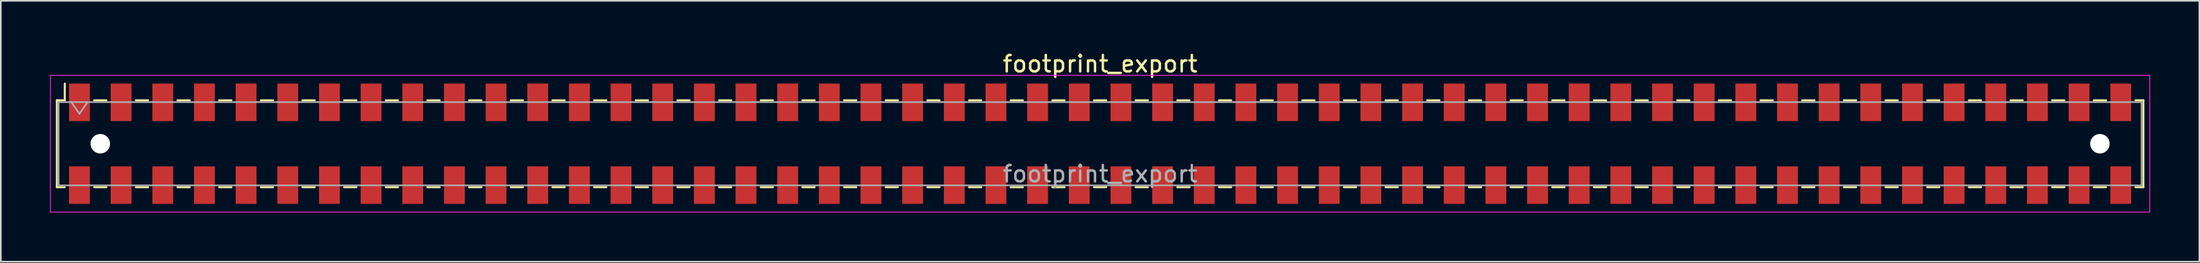
<source format=kicad_pcb>
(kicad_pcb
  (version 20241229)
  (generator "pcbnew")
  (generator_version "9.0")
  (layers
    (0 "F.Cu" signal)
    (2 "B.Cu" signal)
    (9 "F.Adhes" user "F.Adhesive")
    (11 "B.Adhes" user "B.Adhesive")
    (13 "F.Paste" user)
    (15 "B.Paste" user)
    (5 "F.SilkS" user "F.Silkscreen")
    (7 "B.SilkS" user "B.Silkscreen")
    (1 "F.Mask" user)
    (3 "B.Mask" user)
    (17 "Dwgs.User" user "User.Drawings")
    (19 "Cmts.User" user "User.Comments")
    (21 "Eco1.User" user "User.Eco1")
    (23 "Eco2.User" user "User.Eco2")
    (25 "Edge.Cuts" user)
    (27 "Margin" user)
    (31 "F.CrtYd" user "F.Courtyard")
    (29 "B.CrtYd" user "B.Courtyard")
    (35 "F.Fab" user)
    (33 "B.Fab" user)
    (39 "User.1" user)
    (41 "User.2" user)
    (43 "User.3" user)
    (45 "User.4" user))
  (footprint "footprint_export"
    (layer "F.Cu")
    (at 64.025 5.718)
    (property "Reference" "footprint_export" (at 0 -4.87 0) (layer "F.SilkS") (effects (font (size 1 1) (thickness 0.15))))
    (attr smd)
    (fp_line (start -63.61 -2.65) (end -63.61 2.65) (stroke (width 0.12) (type solid)) (layer "F.SilkS"))
    (fp_line (start -63.61 2.65) (end -63.125 2.65) (stroke (width 0.12) (type solid)) (layer "F.SilkS"))
    (fp_line (start -63.125 -3.67) (end -63.125 -2.65) (stroke (width 0.12) (type solid)) (layer "F.SilkS"))
    (fp_line (start -63.125 -2.65) (end -63.61 -2.65) (stroke (width 0.12) (type solid)) (layer "F.SilkS"))
    (fp_line (start -61.335 -2.65) (end -60.585 -2.65) (stroke (width 0.12) (type solid)) (layer "F.SilkS"))
    (fp_line (start -61.335 2.65) (end -60.585 2.65) (stroke (width 0.12) (type solid)) (layer "F.SilkS"))
    (fp_line (start -58.795 -2.65) (end -58.045 -2.65) (stroke (width 0.12) (type solid)) (layer "F.SilkS"))
    (fp_line (start -58.795 2.65) (end -58.045 2.65) (stroke (width 0.12) (type solid)) (layer "F.SilkS"))
    (fp_line (start -56.255 -2.65) (end -55.505 -2.65) (stroke (width 0.12) (type solid)) (layer "F.SilkS"))
    (fp_line (start -56.255 2.65) (end -55.505 2.65) (stroke (width 0.12) (type solid)) (layer "F.SilkS"))
    (fp_line (start -53.715 -2.65) (end -52.965 -2.65) (stroke (width 0.12) (type solid)) (layer "F.SilkS"))
    (fp_line (start -53.715 2.65) (end -52.965 2.65) (stroke (width 0.12) (type solid)) (layer "F.SilkS"))
    (fp_line (start -51.175 -2.65) (end -50.425 -2.65) (stroke (width 0.12) (type solid)) (layer "F.SilkS"))
    (fp_line (start -51.175 2.65) (end -50.425 2.65) (stroke (width 0.12) (type solid)) (layer "F.SilkS"))
    (fp_line (start -48.635 -2.65) (end -47.885 -2.65) (stroke (width 0.12) (type solid)) (layer "F.SilkS"))
    (fp_line (start -48.635 2.65) (end -47.885 2.65) (stroke (width 0.12) (type solid)) (layer "F.SilkS"))
    (fp_line (start -46.095 -2.65) (end -45.345 -2.65) (stroke (width 0.12) (type solid)) (layer "F.SilkS"))
    (fp_line (start -46.095 2.65) (end -45.345 2.65) (stroke (width 0.12) (type solid)) (layer "F.SilkS"))
    (fp_line (start -43.555 -2.65) (end -42.805 -2.65) (stroke (width 0.12) (type solid)) (layer "F.SilkS"))
    (fp_line (start -43.555 2.65) (end -42.805 2.65) (stroke (width 0.12) (type solid)) (layer "F.SilkS"))
    (fp_line (start -41.015 -2.65) (end -40.265 -2.65) (stroke (width 0.12) (type solid)) (layer "F.SilkS"))
    (fp_line (start -41.015 2.65) (end -40.265 2.65) (stroke (width 0.12) (type solid)) (layer "F.SilkS"))
    (fp_line (start -38.475 -2.65) (end -37.725 -2.65) (stroke (width 0.12) (type solid)) (layer "F.SilkS"))
    (fp_line (start -38.475 2.65) (end -37.725 2.65) (stroke (width 0.12) (type solid)) (layer "F.SilkS"))
    (fp_line (start -35.935 -2.65) (end -35.185 -2.65) (stroke (width 0.12) (type solid)) (layer "F.SilkS"))
    (fp_line (start -35.935 2.65) (end -35.185 2.65) (stroke (width 0.12) (type solid)) (layer "F.SilkS"))
    (fp_line (start -33.395 -2.65) (end -32.645 -2.65) (stroke (width 0.12) (type solid)) (layer "F.SilkS"))
    (fp_line (start -33.395 2.65) (end -32.645 2.65) (stroke (width 0.12) (type solid)) (layer "F.SilkS"))
    (fp_line (start -30.855 -2.65) (end -30.105 -2.65) (stroke (width 0.12) (type solid)) (layer "F.SilkS"))
    (fp_line (start -30.855 2.65) (end -30.105 2.65) (stroke (width 0.12) (type solid)) (layer "F.SilkS"))
    (fp_line (start -28.315 -2.65) (end -27.565 -2.65) (stroke (width 0.12) (type solid)) (layer "F.SilkS"))
    (fp_line (start -28.315 2.65) (end -27.565 2.65) (stroke (width 0.12) (type solid)) (layer "F.SilkS"))
    (fp_line (start -25.775 -2.65) (end -25.025 -2.65) (stroke (width 0.12) (type solid)) (layer "F.SilkS"))
    (fp_line (start -25.775 2.65) (end -25.025 2.65) (stroke (width 0.12) (type solid)) (layer "F.SilkS"))
    (fp_line (start -23.235 -2.65) (end -22.485 -2.65) (stroke (width 0.12) (type solid)) (layer "F.SilkS"))
    (fp_line (start -23.235 2.65) (end -22.485 2.65) (stroke (width 0.12) (type solid)) (layer "F.SilkS"))
    (fp_line (start -20.695 -2.65) (end -19.945 -2.65) (stroke (width 0.12) (type solid)) (layer "F.SilkS"))
    (fp_line (start -20.695 2.65) (end -19.945 2.65) (stroke (width 0.12) (type solid)) (layer "F.SilkS"))
    (fp_line (start -18.155 -2.65) (end -17.405 -2.65) (stroke (width 0.12) (type solid)) (layer "F.SilkS"))
    (fp_line (start -18.155 2.65) (end -17.405 2.65) (stroke (width 0.12) (type solid)) (layer "F.SilkS"))
    (fp_line (start -15.615 -2.65) (end -14.865 -2.65) (stroke (width 0.12) (type solid)) (layer "F.SilkS"))
    (fp_line (start -15.615 2.65) (end -14.865 2.65) (stroke (width 0.12) (type solid)) (layer "F.SilkS"))
    (fp_line (start -13.075 -2.65) (end -12.325 -2.65) (stroke (width 0.12) (type solid)) (layer "F.SilkS"))
    (fp_line (start -13.075 2.65) (end -12.325 2.65) (stroke (width 0.12) (type solid)) (layer "F.SilkS"))
    (fp_line (start -10.535 -2.65) (end -9.785 -2.65) (stroke (width 0.12) (type solid)) (layer "F.SilkS"))
    (fp_line (start -10.535 2.65) (end -9.785 2.65) (stroke (width 0.12) (type solid)) (layer "F.SilkS"))
    (fp_line (start -7.995 -2.65) (end -7.245 -2.65) (stroke (width 0.12) (type solid)) (layer "F.SilkS"))
    (fp_line (start -7.995 2.65) (end -7.245 2.65) (stroke (width 0.12) (type solid)) (layer "F.SilkS"))
    (fp_line (start -5.455 -2.65) (end -4.705 -2.65) (stroke (width 0.12) (type solid)) (layer "F.SilkS"))
    (fp_line (start -5.455 2.65) (end -4.705 2.65) (stroke (width 0.12) (type solid)) (layer "F.SilkS"))
    (fp_line (start -2.915 -2.65) (end -2.165 -2.65) (stroke (width 0.12) (type solid)) (layer "F.SilkS"))
    (fp_line (start -2.915 2.65) (end -2.165 2.65) (stroke (width 0.12) (type solid)) (layer "F.SilkS"))
    (fp_line (start -0.375 -2.65) (end 0.375 -2.65) (stroke (width 0.12) (type solid)) (layer "F.SilkS"))
    (fp_line (start -0.375 2.65) (end 0.375 2.65) (stroke (width 0.12) (type solid)) (layer "F.SilkS"))
    (fp_line (start 2.165 -2.65) (end 2.915 -2.65) (stroke (width 0.12) (type solid)) (layer "F.SilkS"))
    (fp_line (start 2.165 2.65) (end 2.915 2.65) (stroke (width 0.12) (type solid)) (layer "F.SilkS"))
    (fp_line (start 4.705 -2.65) (end 5.455 -2.65) (stroke (width 0.12) (type solid)) (layer "F.SilkS"))
    (fp_line (start 4.705 2.65) (end 5.455 2.65) (stroke (width 0.12) (type solid)) (layer "F.SilkS"))
    (fp_line (start 7.245 -2.65) (end 7.995 -2.65) (stroke (width 0.12) (type solid)) (layer "F.SilkS"))
    (fp_line (start 7.245 2.65) (end 7.995 2.65) (stroke (width 0.12) (type solid)) (layer "F.SilkS"))
    (fp_line (start 9.785 -2.65) (end 10.535 -2.65) (stroke (width 0.12) (type solid)) (layer "F.SilkS"))
    (fp_line (start 9.785 2.65) (end 10.535 2.65) (stroke (width 0.12) (type solid)) (layer "F.SilkS"))
    (fp_line (start 12.325 -2.65) (end 13.075 -2.65) (stroke (width 0.12) (type solid)) (layer "F.SilkS"))
    (fp_line (start 12.325 2.65) (end 13.075 2.65) (stroke (width 0.12) (type solid)) (layer "F.SilkS"))
    (fp_line (start 14.865 -2.65) (end 15.615 -2.65) (stroke (width 0.12) (type solid)) (layer "F.SilkS"))
    (fp_line (start 14.865 2.65) (end 15.615 2.65) (stroke (width 0.12) (type solid)) (layer "F.SilkS"))
    (fp_line (start 17.405 -2.65) (end 18.155 -2.65) (stroke (width 0.12) (type solid)) (layer "F.SilkS"))
    (fp_line (start 17.405 2.65) (end 18.155 2.65) (stroke (width 0.12) (type solid)) (layer "F.SilkS"))
    (fp_line (start 19.945 -2.65) (end 20.695 -2.65) (stroke (width 0.12) (type solid)) (layer "F.SilkS"))
    (fp_line (start 19.945 2.65) (end 20.695 2.65) (stroke (width 0.12) (type solid)) (layer "F.SilkS"))
    (fp_line (start 22.485 -2.65) (end 23.235 -2.65) (stroke (width 0.12) (type solid)) (layer "F.SilkS"))
    (fp_line (start 22.485 2.65) (end 23.235 2.65) (stroke (width 0.12) (type solid)) (layer "F.SilkS"))
    (fp_line (start 25.025 -2.65) (end 25.775 -2.65) (stroke (width 0.12) (type solid)) (layer "F.SilkS"))
    (fp_line (start 25.025 2.65) (end 25.775 2.65) (stroke (width 0.12) (type solid)) (layer "F.SilkS"))
    (fp_line (start 27.565 -2.65) (end 28.315 -2.65) (stroke (width 0.12) (type solid)) (layer "F.SilkS"))
    (fp_line (start 27.565 2.65) (end 28.315 2.65) (stroke (width 0.12) (type solid)) (layer "F.SilkS"))
    (fp_line (start 30.105 -2.65) (end 30.855 -2.65) (stroke (width 0.12) (type solid)) (layer "F.SilkS"))
    (fp_line (start 30.105 2.65) (end 30.855 2.65) (stroke (width 0.12) (type solid)) (layer "F.SilkS"))
    (fp_line (start 32.645 -2.65) (end 33.395 -2.65) (stroke (width 0.12) (type solid)) (layer "F.SilkS"))
    (fp_line (start 32.645 2.65) (end 33.395 2.65) (stroke (width 0.12) (type solid)) (layer "F.SilkS"))
    (fp_line (start 35.185 -2.65) (end 35.935 -2.65) (stroke (width 0.12) (type solid)) (layer "F.SilkS"))
    (fp_line (start 35.185 2.65) (end 35.935 2.65) (stroke (width 0.12) (type solid)) (layer "F.SilkS"))
    (fp_line (start 37.725 -2.65) (end 38.475 -2.65) (stroke (width 0.12) (type solid)) (layer "F.SilkS"))
    (fp_line (start 37.725 2.65) (end 38.475 2.65) (stroke (width 0.12) (type solid)) (layer "F.SilkS"))
    (fp_line (start 40.265 -2.65) (end 41.015 -2.65) (stroke (width 0.12) (type solid)) (layer "F.SilkS"))
    (fp_line (start 40.265 2.65) (end 41.015 2.65) (stroke (width 0.12) (type solid)) (layer "F.SilkS"))
    (fp_line (start 42.805 -2.65) (end 43.555 -2.65) (stroke (width 0.12) (type solid)) (layer "F.SilkS"))
    (fp_line (start 42.805 2.65) (end 43.555 2.65) (stroke (width 0.12) (type solid)) (layer "F.SilkS"))
    (fp_line (start 45.345 -2.65) (end 46.095 -2.65) (stroke (width 0.12) (type solid)) (layer "F.SilkS"))
    (fp_line (start 45.345 2.65) (end 46.095 2.65) (stroke (width 0.12) (type solid)) (layer "F.SilkS"))
    (fp_line (start 47.885 -2.65) (end 48.635 -2.65) (stroke (width 0.12) (type solid)) (layer "F.SilkS"))
    (fp_line (start 47.885 2.65) (end 48.635 2.65) (stroke (width 0.12) (type solid)) (layer "F.SilkS"))
    (fp_line (start 50.425 -2.65) (end 51.175 -2.65) (stroke (width 0.12) (type solid)) (layer "F.SilkS"))
    (fp_line (start 50.425 2.65) (end 51.175 2.65) (stroke (width 0.12) (type solid)) (layer "F.SilkS"))
    (fp_line (start 52.965 -2.65) (end 53.715 -2.65) (stroke (width 0.12) (type solid)) (layer "F.SilkS"))
    (fp_line (start 52.965 2.65) (end 53.715 2.65) (stroke (width 0.12) (type solid)) (layer "F.SilkS"))
    (fp_line (start 55.505 -2.65) (end 56.255 -2.65) (stroke (width 0.12) (type solid)) (layer "F.SilkS"))
    (fp_line (start 55.505 2.65) (end 56.255 2.65) (stroke (width 0.12) (type solid)) (layer "F.SilkS"))
    (fp_line (start 58.045 -2.65) (end 58.795 -2.65) (stroke (width 0.12) (type solid)) (layer "F.SilkS"))
    (fp_line (start 58.045 2.65) (end 58.795 2.65) (stroke (width 0.12) (type solid)) (layer "F.SilkS"))
    (fp_line (start 60.585 -2.65) (end 61.335 -2.65) (stroke (width 0.12) (type solid)) (layer "F.SilkS"))
    (fp_line (start 60.585 2.65) (end 61.335 2.65) (stroke (width 0.12) (type solid)) (layer "F.SilkS"))
    (fp_line (start 63.125 -2.65) (end 63.61 -2.65) (stroke (width 0.12) (type solid)) (layer "F.SilkS"))
    (fp_line (start 63.61 -2.65) (end 63.61 2.65) (stroke (width 0.12) (type solid)) (layer "F.SilkS"))
    (fp_line (start 63.61 2.65) (end 63.125 2.65) (stroke (width 0.12) (type solid)) (layer "F.SilkS"))
    (fp_line (start -64 -4.17) (end 64 -4.17) (stroke (width 0.05) (type solid)) (layer "F.CrtYd"))
    (fp_line (start -64 4.17) (end -64 -4.17) (stroke (width 0.05) (type solid)) (layer "F.CrtYd"))
    (fp_line (start 64 -4.17) (end 64 4.17) (stroke (width 0.05) (type solid)) (layer "F.CrtYd"))
    (fp_line (start 64 4.17) (end -64 4.17) (stroke (width 0.05) (type solid)) (layer "F.CrtYd"))
    (fp_line (start -63.5 -2.54) (end 63.5 -2.54) (stroke (width 0.1) (type solid)) (layer "F.Fab"))
    (fp_line (start -63.5 2.54) (end -63.5 -2.54) (stroke (width 0.1) (type solid)) (layer "F.Fab"))
    (fp_line (start -62.73 -2.54) (end -62.23 -1.833) (stroke (width 0.1) (type solid)) (layer "F.Fab"))
    (fp_line (start -62.23 -1.833) (end -61.73 -2.54) (stroke (width 0.1) (type solid)) (layer "F.Fab"))
    (fp_line (start 63.5 -2.54) (end 63.5 2.54) (stroke (width 0.1) (type solid)) (layer "F.Fab"))
    (fp_line (start 63.5 2.54) (end -63.5 2.54) (stroke (width 0.1) (type solid)) (layer "F.Fab"))
    (fp_text user "${REFERENCE}" (at 0 1.84 0) (layer "F.Fab") (effects (font (size 1 1) (thickness 0.15))))
    (pad "" np_thru_hole circle (at -60.96 0) (size 1.19 1.19) (drill 1.19) (layers "*.Cu" "*.Mask"))
    (pad "" np_thru_hole circle (at 60.96 0) (size 1.19 1.19) (drill 1.19) (layers "*.Cu" "*.Mask"))
    (pad "1" smd rect (at -62.23 -2.525) (size 1.27 2.29) (layers "F.Cu" "F.Mask" "F.Paste"))
    (pad "2" smd rect (at -62.23 2.525) (size 1.27 2.29) (layers "F.Cu" "F.Mask" "F.Paste"))
    (pad "3" smd rect (at -59.69 -2.525) (size 1.27 2.29) (layers "F.Cu" "F.Mask" "F.Paste"))
    (pad "4" smd rect (at -59.69 2.525) (size 1.27 2.29) (layers "F.Cu" "F.Mask" "F.Paste"))
    (pad "5" smd rect (at -57.15 -2.525) (size 1.27 2.29) (layers "F.Cu" "F.Mask" "F.Paste"))
    (pad "6" smd rect (at -57.15 2.525) (size 1.27 2.29) (layers "F.Cu" "F.Mask" "F.Paste"))
    (pad "7" smd rect (at -54.61 -2.525) (size 1.27 2.29) (layers "F.Cu" "F.Mask" "F.Paste"))
    (pad "8" smd rect (at -54.61 2.525) (size 1.27 2.29) (layers "F.Cu" "F.Mask" "F.Paste"))
    (pad "9" smd rect (at -52.07 -2.525) (size 1.27 2.29) (layers "F.Cu" "F.Mask" "F.Paste"))
    (pad "10" smd rect (at -52.07 2.525) (size 1.27 2.29) (layers "F.Cu" "F.Mask" "F.Paste"))
    (pad "11" smd rect (at -49.53 -2.525) (size 1.27 2.29) (layers "F.Cu" "F.Mask" "F.Paste"))
    (pad "12" smd rect (at -49.53 2.525) (size 1.27 2.29) (layers "F.Cu" "F.Mask" "F.Paste"))
    (pad "13" smd rect (at -46.99 -2.525) (size 1.27 2.29) (layers "F.Cu" "F.Mask" "F.Paste"))
    (pad "14" smd rect (at -46.99 2.525) (size 1.27 2.29) (layers "F.Cu" "F.Mask" "F.Paste"))
    (pad "15" smd rect (at -44.45 -2.525) (size 1.27 2.29) (layers "F.Cu" "F.Mask" "F.Paste"))
    (pad "16" smd rect (at -44.45 2.525) (size 1.27 2.29) (layers "F.Cu" "F.Mask" "F.Paste"))
    (pad "17" smd rect (at -41.91 -2.525) (size 1.27 2.29) (layers "F.Cu" "F.Mask" "F.Paste"))
    (pad "18" smd rect (at -41.91 2.525) (size 1.27 2.29) (layers "F.Cu" "F.Mask" "F.Paste"))
    (pad "19" smd rect (at -39.37 -2.525) (size 1.27 2.29) (layers "F.Cu" "F.Mask" "F.Paste"))
    (pad "20" smd rect (at -39.37 2.525) (size 1.27 2.29) (layers "F.Cu" "F.Mask" "F.Paste"))
    (pad "21" smd rect (at -36.83 -2.525) (size 1.27 2.29) (layers "F.Cu" "F.Mask" "F.Paste"))
    (pad "22" smd rect (at -36.83 2.525) (size 1.27 2.29) (layers "F.Cu" "F.Mask" "F.Paste"))
    (pad "23" smd rect (at -34.29 -2.525) (size 1.27 2.29) (layers "F.Cu" "F.Mask" "F.Paste"))
    (pad "24" smd rect (at -34.29 2.525) (size 1.27 2.29) (layers "F.Cu" "F.Mask" "F.Paste"))
    (pad "25" smd rect (at -31.75 -2.525) (size 1.27 2.29) (layers "F.Cu" "F.Mask" "F.Paste"))
    (pad "26" smd rect (at -31.75 2.525) (size 1.27 2.29) (layers "F.Cu" "F.Mask" "F.Paste"))
    (pad "27" smd rect (at -29.21 -2.525) (size 1.27 2.29) (layers "F.Cu" "F.Mask" "F.Paste"))
    (pad "28" smd rect (at -29.21 2.525) (size 1.27 2.29) (layers "F.Cu" "F.Mask" "F.Paste"))
    (pad "29" smd rect (at -26.67 -2.525) (size 1.27 2.29) (layers "F.Cu" "F.Mask" "F.Paste"))
    (pad "30" smd rect (at -26.67 2.525) (size 1.27 2.29) (layers "F.Cu" "F.Mask" "F.Paste"))
    (pad "31" smd rect (at -24.13 -2.525) (size 1.27 2.29) (layers "F.Cu" "F.Mask" "F.Paste"))
    (pad "32" smd rect (at -24.13 2.525) (size 1.27 2.29) (layers "F.Cu" "F.Mask" "F.Paste"))
    (pad "33" smd rect (at -21.59 -2.525) (size 1.27 2.29) (layers "F.Cu" "F.Mask" "F.Paste"))
    (pad "34" smd rect (at -21.59 2.525) (size 1.27 2.29) (layers "F.Cu" "F.Mask" "F.Paste"))
    (pad "35" smd rect (at -19.05 -2.525) (size 1.27 2.29) (layers "F.Cu" "F.Mask" "F.Paste"))
    (pad "36" smd rect (at -19.05 2.525) (size 1.27 2.29) (layers "F.Cu" "F.Mask" "F.Paste"))
    (pad "37" smd rect (at -16.51 -2.525) (size 1.27 2.29) (layers "F.Cu" "F.Mask" "F.Paste"))
    (pad "38" smd rect (at -16.51 2.525) (size 1.27 2.29) (layers "F.Cu" "F.Mask" "F.Paste"))
    (pad "39" smd rect (at -13.97 -2.525) (size 1.27 2.29) (layers "F.Cu" "F.Mask" "F.Paste"))
    (pad "40" smd rect (at -13.97 2.525) (size 1.27 2.29) (layers "F.Cu" "F.Mask" "F.Paste"))
    (pad "41" smd rect (at -11.43 -2.525) (size 1.27 2.29) (layers "F.Cu" "F.Mask" "F.Paste"))
    (pad "42" smd rect (at -11.43 2.525) (size 1.27 2.29) (layers "F.Cu" "F.Mask" "F.Paste"))
    (pad "43" smd rect (at -8.89 -2.525) (size 1.27 2.29) (layers "F.Cu" "F.Mask" "F.Paste"))
    (pad "44" smd rect (at -8.89 2.525) (size 1.27 2.29) (layers "F.Cu" "F.Mask" "F.Paste"))
    (pad "45" smd rect (at -6.35 -2.525) (size 1.27 2.29) (layers "F.Cu" "F.Mask" "F.Paste"))
    (pad "46" smd rect (at -6.35 2.525) (size 1.27 2.29) (layers "F.Cu" "F.Mask" "F.Paste"))
    (pad "47" smd rect (at -3.81 -2.525) (size 1.27 2.29) (layers "F.Cu" "F.Mask" "F.Paste"))
    (pad "48" smd rect (at -3.81 2.525) (size 1.27 2.29) (layers "F.Cu" "F.Mask" "F.Paste"))
    (pad "49" smd rect (at -1.27 -2.525) (size 1.27 2.29) (layers "F.Cu" "F.Mask" "F.Paste"))
    (pad "50" smd rect (at -1.27 2.525) (size 1.27 2.29) (layers "F.Cu" "F.Mask" "F.Paste"))
    (pad "51" smd rect (at 1.27 -2.525) (size 1.27 2.29) (layers "F.Cu" "F.Mask" "F.Paste"))
    (pad "52" smd rect (at 1.27 2.525) (size 1.27 2.29) (layers "F.Cu" "F.Mask" "F.Paste"))
    (pad "53" smd rect (at 3.81 -2.525) (size 1.27 2.29) (layers "F.Cu" "F.Mask" "F.Paste"))
    (pad "54" smd rect (at 3.81 2.525) (size 1.27 2.29) (layers "F.Cu" "F.Mask" "F.Paste"))
    (pad "55" smd rect (at 6.35 -2.525) (size 1.27 2.29) (layers "F.Cu" "F.Mask" "F.Paste"))
    (pad "56" smd rect (at 6.35 2.525) (size 1.27 2.29) (layers "F.Cu" "F.Mask" "F.Paste"))
    (pad "57" smd rect (at 8.89 -2.525) (size 1.27 2.29) (layers "F.Cu" "F.Mask" "F.Paste"))
    (pad "58" smd rect (at 8.89 2.525) (size 1.27 2.29) (layers "F.Cu" "F.Mask" "F.Paste"))
    (pad "59" smd rect (at 11.43 -2.525) (size 1.27 2.29) (layers "F.Cu" "F.Mask" "F.Paste"))
    (pad "60" smd rect (at 11.43 2.525) (size 1.27 2.29) (layers "F.Cu" "F.Mask" "F.Paste"))
    (pad "61" smd rect (at 13.97 -2.525) (size 1.27 2.29) (layers "F.Cu" "F.Mask" "F.Paste"))
    (pad "62" smd rect (at 13.97 2.525) (size 1.27 2.29) (layers "F.Cu" "F.Mask" "F.Paste"))
    (pad "63" smd rect (at 16.51 -2.525) (size 1.27 2.29) (layers "F.Cu" "F.Mask" "F.Paste"))
    (pad "64" smd rect (at 16.51 2.525) (size 1.27 2.29) (layers "F.Cu" "F.Mask" "F.Paste"))
    (pad "65" smd rect (at 19.05 -2.525) (size 1.27 2.29) (layers "F.Cu" "F.Mask" "F.Paste"))
    (pad "66" smd rect (at 19.05 2.525) (size 1.27 2.29) (layers "F.Cu" "F.Mask" "F.Paste"))
    (pad "67" smd rect (at 21.59 -2.525) (size 1.27 2.29) (layers "F.Cu" "F.Mask" "F.Paste"))
    (pad "68" smd rect (at 21.59 2.525) (size 1.27 2.29) (layers "F.Cu" "F.Mask" "F.Paste"))
    (pad "69" smd rect (at 24.13 -2.525) (size 1.27 2.29) (layers "F.Cu" "F.Mask" "F.Paste"))
    (pad "70" smd rect (at 24.13 2.525) (size 1.27 2.29) (layers "F.Cu" "F.Mask" "F.Paste"))
    (pad "71" smd rect (at 26.67 -2.525) (size 1.27 2.29) (layers "F.Cu" "F.Mask" "F.Paste"))
    (pad "72" smd rect (at 26.67 2.525) (size 1.27 2.29) (layers "F.Cu" "F.Mask" "F.Paste"))
    (pad "73" smd rect (at 29.21 -2.525) (size 1.27 2.29) (layers "F.Cu" "F.Mask" "F.Paste"))
    (pad "74" smd rect (at 29.21 2.525) (size 1.27 2.29) (layers "F.Cu" "F.Mask" "F.Paste"))
    (pad "75" smd rect (at 31.75 -2.525) (size 1.27 2.29) (layers "F.Cu" "F.Mask" "F.Paste"))
    (pad "76" smd rect (at 31.75 2.525) (size 1.27 2.29) (layers "F.Cu" "F.Mask" "F.Paste"))
    (pad "77" smd rect (at 34.29 -2.525) (size 1.27 2.29) (layers "F.Cu" "F.Mask" "F.Paste"))
    (pad "78" smd rect (at 34.29 2.525) (size 1.27 2.29) (layers "F.Cu" "F.Mask" "F.Paste"))
    (pad "79" smd rect (at 36.83 -2.525) (size 1.27 2.29) (layers "F.Cu" "F.Mask" "F.Paste"))
    (pad "80" smd rect (at 36.83 2.525) (size 1.27 2.29) (layers "F.Cu" "F.Mask" "F.Paste"))
    (pad "81" smd rect (at 39.37 -2.525) (size 1.27 2.29) (layers "F.Cu" "F.Mask" "F.Paste"))
    (pad "82" smd rect (at 39.37 2.525) (size 1.27 2.29) (layers "F.Cu" "F.Mask" "F.Paste"))
    (pad "83" smd rect (at 41.91 -2.525) (size 1.27 2.29) (layers "F.Cu" "F.Mask" "F.Paste"))
    (pad "84" smd rect (at 41.91 2.525) (size 1.27 2.29) (layers "F.Cu" "F.Mask" "F.Paste"))
    (pad "85" smd rect (at 44.45 -2.525) (size 1.27 2.29) (layers "F.Cu" "F.Mask" "F.Paste"))
    (pad "86" smd rect (at 44.45 2.525) (size 1.27 2.29) (layers "F.Cu" "F.Mask" "F.Paste"))
    (pad "87" smd rect (at 46.99 -2.525) (size 1.27 2.29) (layers "F.Cu" "F.Mask" "F.Paste"))
    (pad "88" smd rect (at 46.99 2.525) (size 1.27 2.29) (layers "F.Cu" "F.Mask" "F.Paste"))
    (pad "89" smd rect (at 49.53 -2.525) (size 1.27 2.29) (layers "F.Cu" "F.Mask" "F.Paste"))
    (pad "90" smd rect (at 49.53 2.525) (size 1.27 2.29) (layers "F.Cu" "F.Mask" "F.Paste"))
    (pad "91" smd rect (at 52.07 -2.525) (size 1.27 2.29) (layers "F.Cu" "F.Mask" "F.Paste"))
    (pad "92" smd rect (at 52.07 2.525) (size 1.27 2.29) (layers "F.Cu" "F.Mask" "F.Paste"))
    (pad "93" smd rect (at 54.61 -2.525) (size 1.27 2.29) (layers "F.Cu" "F.Mask" "F.Paste"))
    (pad "94" smd rect (at 54.61 2.525) (size 1.27 2.29) (layers "F.Cu" "F.Mask" "F.Paste"))
    (pad "95" smd rect (at 57.15 -2.525) (size 1.27 2.29) (layers "F.Cu" "F.Mask" "F.Paste"))
    (pad "96" smd rect (at 57.15 2.525) (size 1.27 2.29) (layers "F.Cu" "F.Mask" "F.Paste"))
    (pad "97" smd rect (at 59.69 -2.525) (size 1.27 2.29) (layers "F.Cu" "F.Mask" "F.Paste"))
    (pad "98" smd rect (at 59.69 2.525) (size 1.27 2.29) (layers "F.Cu" "F.Mask" "F.Paste"))
    (pad "99" smd rect (at 62.23 -2.525) (size 1.27 2.29) (layers "F.Cu" "F.Mask" "F.Paste"))
    (pad "100" smd rect (at 62.23 2.525) (size 1.27 2.29) (layers "F.Cu" "F.Mask" "F.Paste")))
  (gr_rect
    (start -3 -3)
    (end 131.05 12.913)
    (stroke (width 0.1) (type default))
    (fill no)
    (layer "Edge.Cuts")))
</source>
